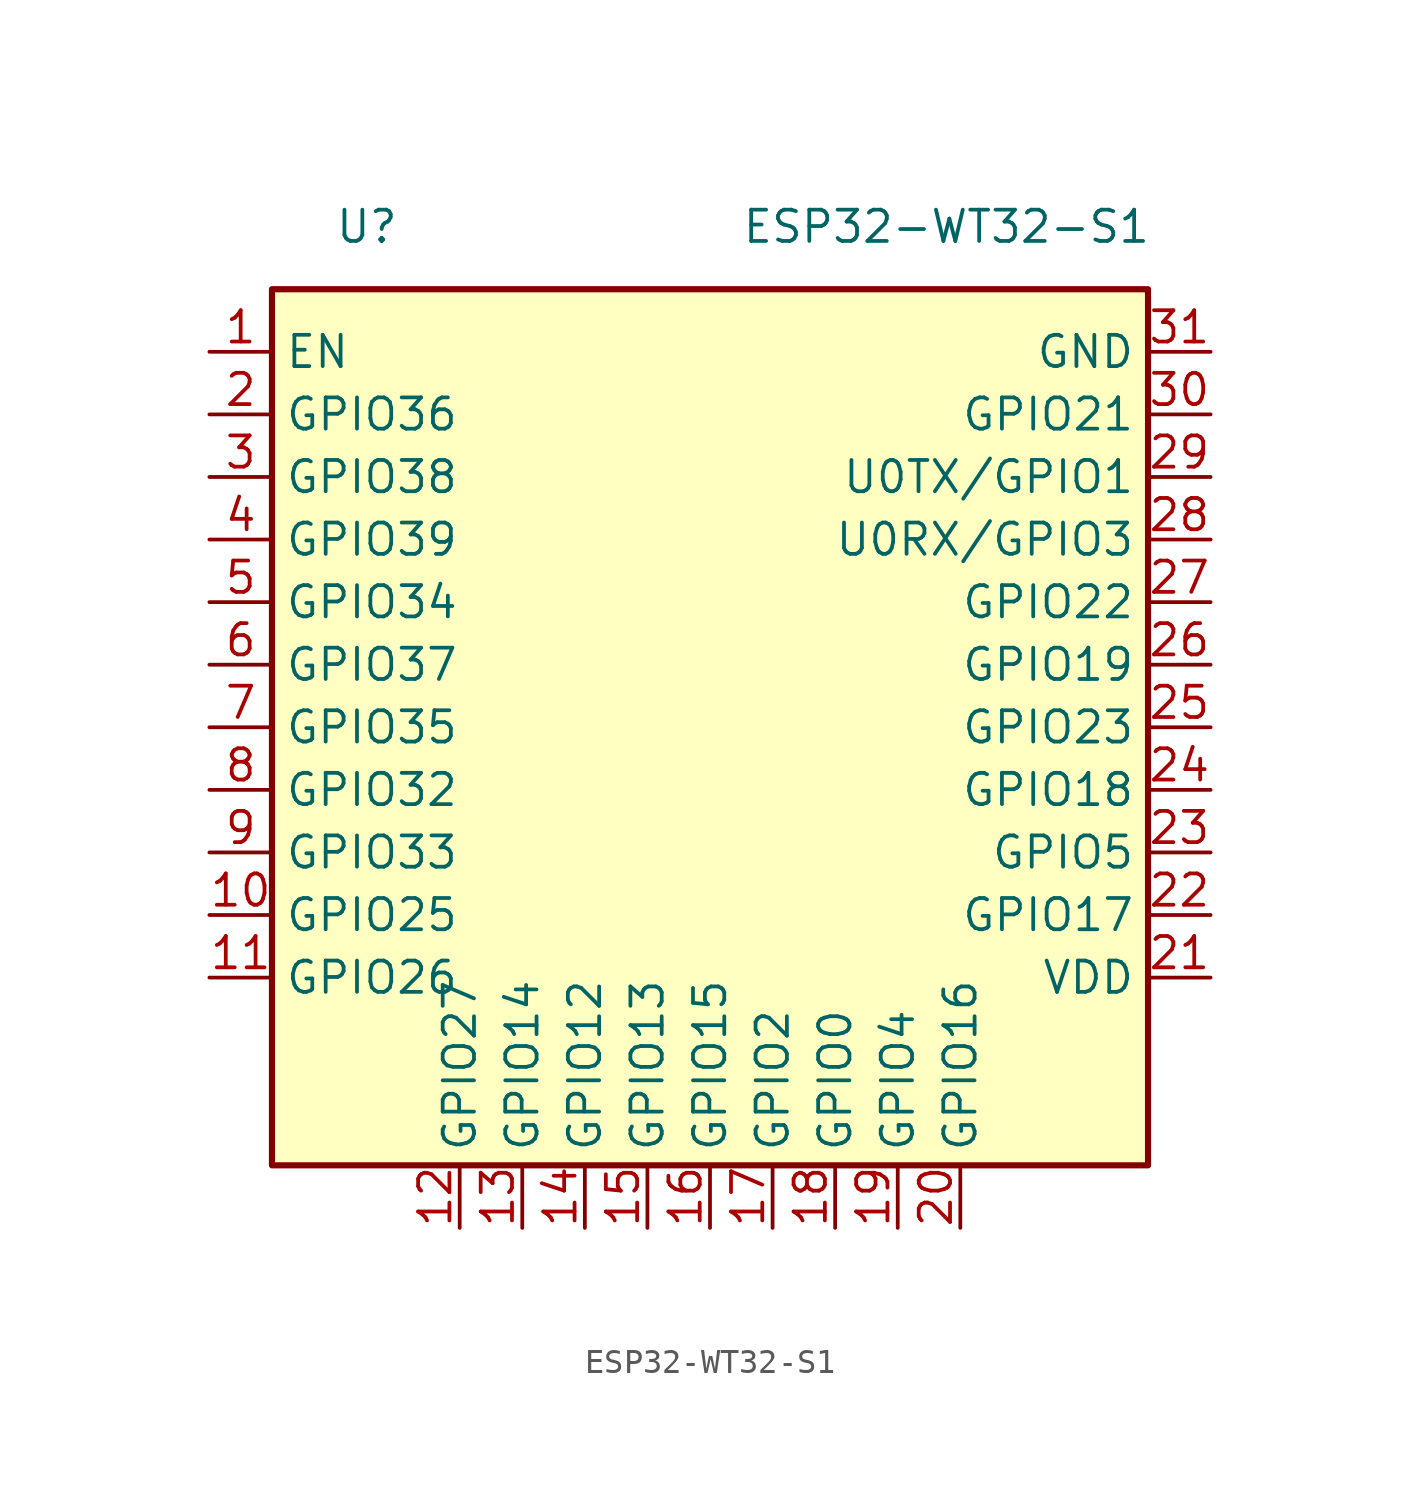
<source format=kicad_sym>
(kicad_symbol_lib
  (version 20220914)
  (generator make_kicad_sym.py)
  (symbol "ESP32-WT32-S1"
    (property "Reference" "U"
      (at -15.24 20.32 0)
      (effects (font (size 1.27 1.27)) (justify left)))
    (property "Value" "ESP32-WT32-S1"
      (at 1.27 20.32 0)
      (effects (font (size 1.27 1.27)) (justify left)))
    (symbol "ESP32-WT32-S1_0_1"
      (rectangle (start -17.78 17.78) (end 17.78 -17.78) (stroke (width 0.25) (type default)) (fill (type background))))
    (symbol "ESP32-WT32-S1_1_1"
      (pin input line (at -20.32 15.24 0) (length 2.54) (name "EN" (effects (font (size 1.27 1.27)))) (number "1" (effects (font (size 1.27 1.27)))))
      (pin input line (at -20.32 12.70 0) (length 2.54) (name "GPIO36" (effects (font (size 1.27 1.27)))) (number "2" (effects (font (size 1.27 1.27)))))
      (pin input line (at -20.32 10.16 0) (length 2.54) (name "GPIO38" (effects (font (size 1.27 1.27)))) (number "3" (effects (font (size 1.27 1.27)))))
      (pin input line (at -20.32 7.62 0) (length 2.54) (name "GPIO39" (effects (font (size 1.27 1.27)))) (number "4" (effects (font (size 1.27 1.27)))))
      (pin input line (at -20.32 5.08 0) (length 2.54) (name "GPIO34" (effects (font (size 1.27 1.27)))) (number "5" (effects (font (size 1.27 1.27)))))
      (pin input line (at -20.32 2.54 0) (length 2.54) (name "GPIO37" (effects (font (size 1.27 1.27)))) (number "6" (effects (font (size 1.27 1.27)))))
      (pin input line (at -20.32 0.00 0) (length 2.54) (name "GPIO35" (effects (font (size 1.27 1.27)))) (number "7" (effects (font (size 1.27 1.27)))))
      (pin input line (at -20.32 -2.54 0) (length 2.54) (name "GPIO32" (effects (font (size 1.27 1.27)))) (number "8" (effects (font (size 1.27 1.27)))))
      (pin input line (at -20.32 -5.08 0) (length 2.54) (name "GPIO33" (effects (font (size 1.27 1.27)))) (number "9" (effects (font (size 1.27 1.27)))))
      (pin bidirectional line (at -20.32 -7.62 0) (length 2.54) (name "GPIO25" (effects (font (size 1.27 1.27)))) (number "10" (effects (font (size 1.27 1.27)))))
      (pin bidirectional line (at -20.32 -10.16 0) (length 2.54) (name "GPIO26" (effects (font (size 1.27 1.27)))) (number "11" (effects (font (size 1.27 1.27)))))
      (pin bidirectional line (at -10.16 -20.32 90) (length 2.54) (name "GPIO27" (effects (font (size 1.27 1.27)))) (number "12" (effects (font (size 1.27 1.27)))))
      (pin bidirectional line (at -7.62 -20.32 90) (length 2.54) (name "GPIO14" (effects (font (size 1.27 1.27)))) (number "13" (effects (font (size 1.27 1.27)))))
      (pin bidirectional line (at -5.08 -20.32 90) (length 2.54) (name "GPIO12" (effects (font (size 1.27 1.27)))) (number "14" (effects (font (size 1.27 1.27)))))
      (pin bidirectional line (at -2.54 -20.32 90) (length 2.54) (name "GPIO13" (effects (font (size 1.27 1.27)))) (number "15" (effects (font (size 1.27 1.27)))))
      (pin bidirectional line (at -0.00 -20.32 90) (length 2.54) (name "GPIO15" (effects (font (size 1.27 1.27)))) (number "16" (effects (font (size 1.27 1.27)))))
      (pin bidirectional line (at 2.54 -20.32 90) (length 2.54) (name "GPIO2" (effects (font (size 1.27 1.27)))) (number "17" (effects (font (size 1.27 1.27)))))
      (pin bidirectional line (at 5.08 -20.32 90) (length 2.54) (name "GPIO0" (effects (font (size 1.27 1.27)))) (number "18" (effects (font (size 1.27 1.27)))))
      (pin bidirectional line (at 7.62 -20.32 90) (length 2.54) (name "GPIO4" (effects (font (size 1.27 1.27)))) (number "19" (effects (font (size 1.27 1.27)))))
      (pin bidirectional line (at 10.16 -20.32 90) (length 2.54) (name "GPIO16" (effects (font (size 1.27 1.27)))) (number "20" (effects (font (size 1.27 1.27)))))
      (pin passive line (at 20.32 15.24 180) (length 2.54) (name "GND" (effects (font (size 1.27 1.27)))) (number "31" (effects (font (size 1.27 1.27)))))
      (pin bidirectional line (at 20.32 12.70 180) (length 2.54) (name "GPIO21" (effects (font (size 1.27 1.27)))) (number "30" (effects (font (size 1.27 1.27)))))
      (pin bidirectional line (at 20.32 10.16 180) (length 2.54) (name "U0TX/GPIO1" (effects (font (size 1.27 1.27)))) (number "29" (effects (font (size 1.27 1.27)))))
      (pin bidirectional line (at 20.32 7.62 180) (length 2.54) (name "U0RX/GPIO3" (effects (font (size 1.27 1.27)))) (number "28" (effects (font (size 1.27 1.27)))))
      (pin bidirectional line (at 20.32 5.08 180) (length 2.54) (name "GPIO22" (effects (font (size 1.27 1.27)))) (number "27" (effects (font (size 1.27 1.27)))))
      (pin bidirectional line (at 20.32 2.54 180) (length 2.54) (name "GPIO19" (effects (font (size 1.27 1.27)))) (number "26" (effects (font (size 1.27 1.27)))))
      (pin bidirectional line (at 20.32 0.00 180) (length 2.54) (name "GPIO23" (effects (font (size 1.27 1.27)))) (number "25" (effects (font (size 1.27 1.27)))))
      (pin bidirectional line (at 20.32 -2.54 180) (length 2.54) (name "GPIO18" (effects (font (size 1.27 1.27)))) (number "24" (effects (font (size 1.27 1.27)))))
      (pin bidirectional line (at 20.32 -5.08 180) (length 2.54) (name "GPIO5" (effects (font (size 1.27 1.27)))) (number "23" (effects (font (size 1.27 1.27)))))
      (pin bidirectional line (at 20.32 -7.62 180) (length 2.54) (name "GPIO17" (effects (font (size 1.27 1.27)))) (number "22" (effects (font (size 1.27 1.27)))))
      (pin power_in line (at 20.32 -10.16 180) (length 2.54) (name "VDD" (effects (font (size 1.27 1.27)))) (number "21" (effects (font (size 1.27 1.27))))))))
</source>
